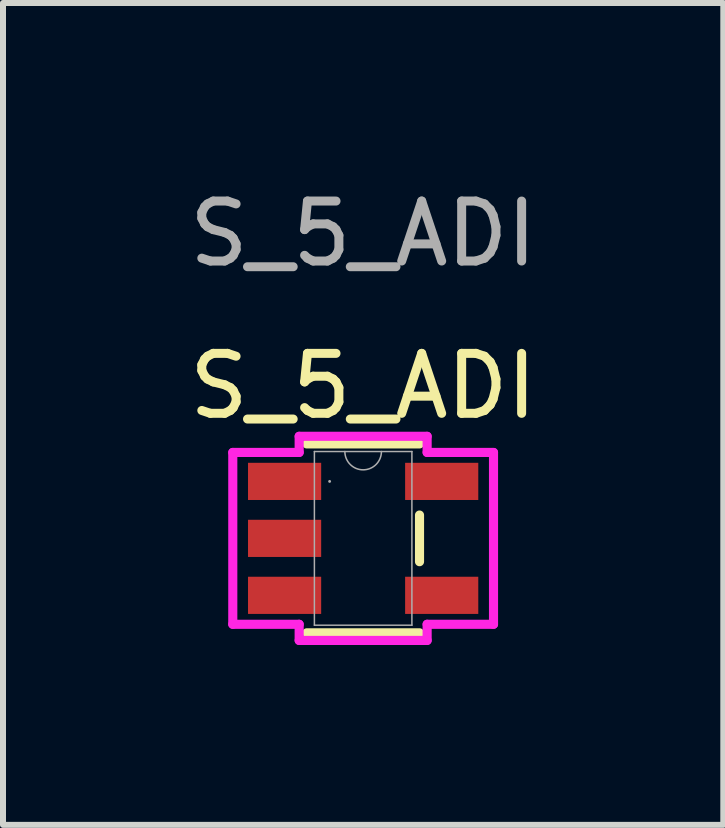
<source format=kicad_pcb>
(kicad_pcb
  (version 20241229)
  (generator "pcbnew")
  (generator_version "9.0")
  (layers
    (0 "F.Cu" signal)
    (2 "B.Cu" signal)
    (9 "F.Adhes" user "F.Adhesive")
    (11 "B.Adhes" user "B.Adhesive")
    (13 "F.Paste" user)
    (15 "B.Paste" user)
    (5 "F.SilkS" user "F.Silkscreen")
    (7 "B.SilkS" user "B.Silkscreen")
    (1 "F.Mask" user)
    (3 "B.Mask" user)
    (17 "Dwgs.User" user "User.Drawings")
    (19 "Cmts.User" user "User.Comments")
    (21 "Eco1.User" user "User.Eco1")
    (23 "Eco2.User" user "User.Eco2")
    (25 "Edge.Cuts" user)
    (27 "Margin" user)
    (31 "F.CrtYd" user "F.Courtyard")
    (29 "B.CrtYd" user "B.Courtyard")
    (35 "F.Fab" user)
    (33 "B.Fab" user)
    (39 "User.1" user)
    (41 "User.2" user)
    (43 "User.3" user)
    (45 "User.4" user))
  (footprint "S_5_ADI"
    (layer "F.Cu")
    (at 3.006 5.928)
    (property "Reference" "S_5_ADI" (at 0 -2.54 0) (unlocked yes) (layer "F.SilkS") (effects (font (size 1 1) (thickness 0.15))))
    (attr smd)
    (fp_line (start -0.94 1.575) (end 0.94 1.575) (stroke (width 0.152) (type solid)) (layer "F.SilkS"))
    (fp_line (start 0.94 -1.575) (end -0.94 -1.575) (stroke (width 0.152) (type solid)) (layer "F.SilkS"))
    (fp_line (start 0.94 0.389) (end 0.94 -0.389) (stroke (width 0.152) (type solid)) (layer "F.SilkS"))
    (fp_line (start -2.174 -1.433) (end -1.067 -1.433) (stroke (width 0.152) (type solid)) (layer "F.CrtYd"))
    (fp_line (start -2.174 1.433) (end -2.174 -1.433) (stroke (width 0.152) (type solid)) (layer "F.CrtYd"))
    (fp_line (start -2.174 1.433) (end -1.067 1.433) (stroke (width 0.152) (type solid)) (layer "F.CrtYd"))
    (fp_line (start -1.067 -1.702) (end 1.067 -1.702) (stroke (width 0.152) (type solid)) (layer "F.CrtYd"))
    (fp_line (start -1.067 -1.433) (end -1.067 -1.702) (stroke (width 0.152) (type solid)) (layer "F.CrtYd"))
    (fp_line (start -1.067 1.702) (end -1.067 1.433) (stroke (width 0.152) (type solid)) (layer "F.CrtYd"))
    (fp_line (start 1.067 -1.702) (end 1.067 -1.433) (stroke (width 0.152) (type solid)) (layer "F.CrtYd"))
    (fp_line (start 1.067 1.433) (end 1.067 1.702) (stroke (width 0.152) (type solid)) (layer "F.CrtYd"))
    (fp_line (start 1.067 1.702) (end -1.067 1.702) (stroke (width 0.152) (type solid)) (layer "F.CrtYd"))
    (fp_line (start 2.174 -1.433) (end 1.067 -1.433) (stroke (width 0.152) (type solid)) (layer "F.CrtYd"))
    (fp_line (start 2.174 -1.433) (end 2.174 1.433) (stroke (width 0.152) (type solid)) (layer "F.CrtYd"))
    (fp_line (start 2.174 1.433) (end 1.067 1.433) (stroke (width 0.152) (type solid)) (layer "F.CrtYd"))
    (fp_line (start -0.813 -1.448) (end -0.813 1.448) (stroke (width 0.025) (type solid)) (layer "F.Fab"))
    (fp_line (start -0.813 1.448) (end 0.813 1.448) (stroke (width 0.025) (type solid)) (layer "F.Fab"))
    (fp_line (start 0.813 -1.448) (end -0.813 -1.448) (stroke (width 0.025) (type solid)) (layer "F.Fab"))
    (fp_line (start 0.813 1.448) (end 0.813 -1.448) (stroke (width 0.025) (type solid)) (layer "F.Fab"))
    (fp_arc (start 0.3048 -1.4478) (mid 0 -1.143) (end -0.3048 -1.4478) (stroke (width 0.0254) (type solid)) (layer "F.Fab"))
    (fp_circle (center -0.559 -0.95) (end -0.559 -0.95) (stroke (width 0.025) (type solid)) (fill no) (layer "F.Fab"))
    (fp_text user "${REFERENCE}" (at 0 -5.08 0) (unlocked yes) (layer "F.Fab") (effects (font (size 1 1) (thickness 0.15))))
    (pad "1" smd rect (at -1.31 -0.95) (size 1.22 0.62) (layers "F.Cu" "F.Mask" "F.Paste"))
    (pad "2" smd rect (at -1.31 0) (size 1.22 0.62) (layers "F.Cu" "F.Mask" "F.Paste"))
    (pad "3" smd rect (at -1.31 0.95) (size 1.22 0.62) (layers "F.Cu" "F.Mask" "F.Paste"))
    (pad "4" smd rect (at 1.31 0.95) (size 1.22 0.62) (layers "F.Cu" "F.Mask" "F.Paste"))
    (pad "5" smd rect (at 1.31 -0.95) (size 1.22 0.62) (layers "F.Cu" "F.Mask" "F.Paste")))
  (gr_rect
    (start -3 -3)
    (end 9.012 10.706)
    (stroke (width 0.1) (type default))
    (fill no)
    (layer "Edge.Cuts")))
</source>
